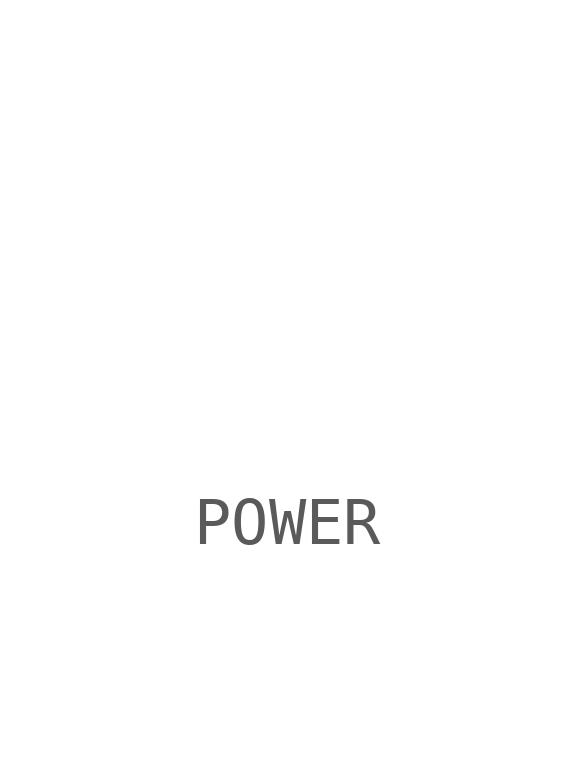
<source format=kicad_sym>
(kicad_symbol_lib
  (version 20211014)
  (generator kicad_symbol_editor)
  (symbol "POWER"
    (power)
    (pin_numbers hide)
    (pin_names
      (offset 1.905))
    (property "Reference" "#PWR"
      (at 0 -2.54 0)
      (effects (font (size 1.778 1.778)) hide))
    (symbol "POWER_1_1"
      (pin power_out clock (at 0 0 90) (length 3.81) hide (name "POWER" (effects (font (size 1.778 1.778)))) (number "1" (effects (font (size 1.778 1.778))))))))
</source>
